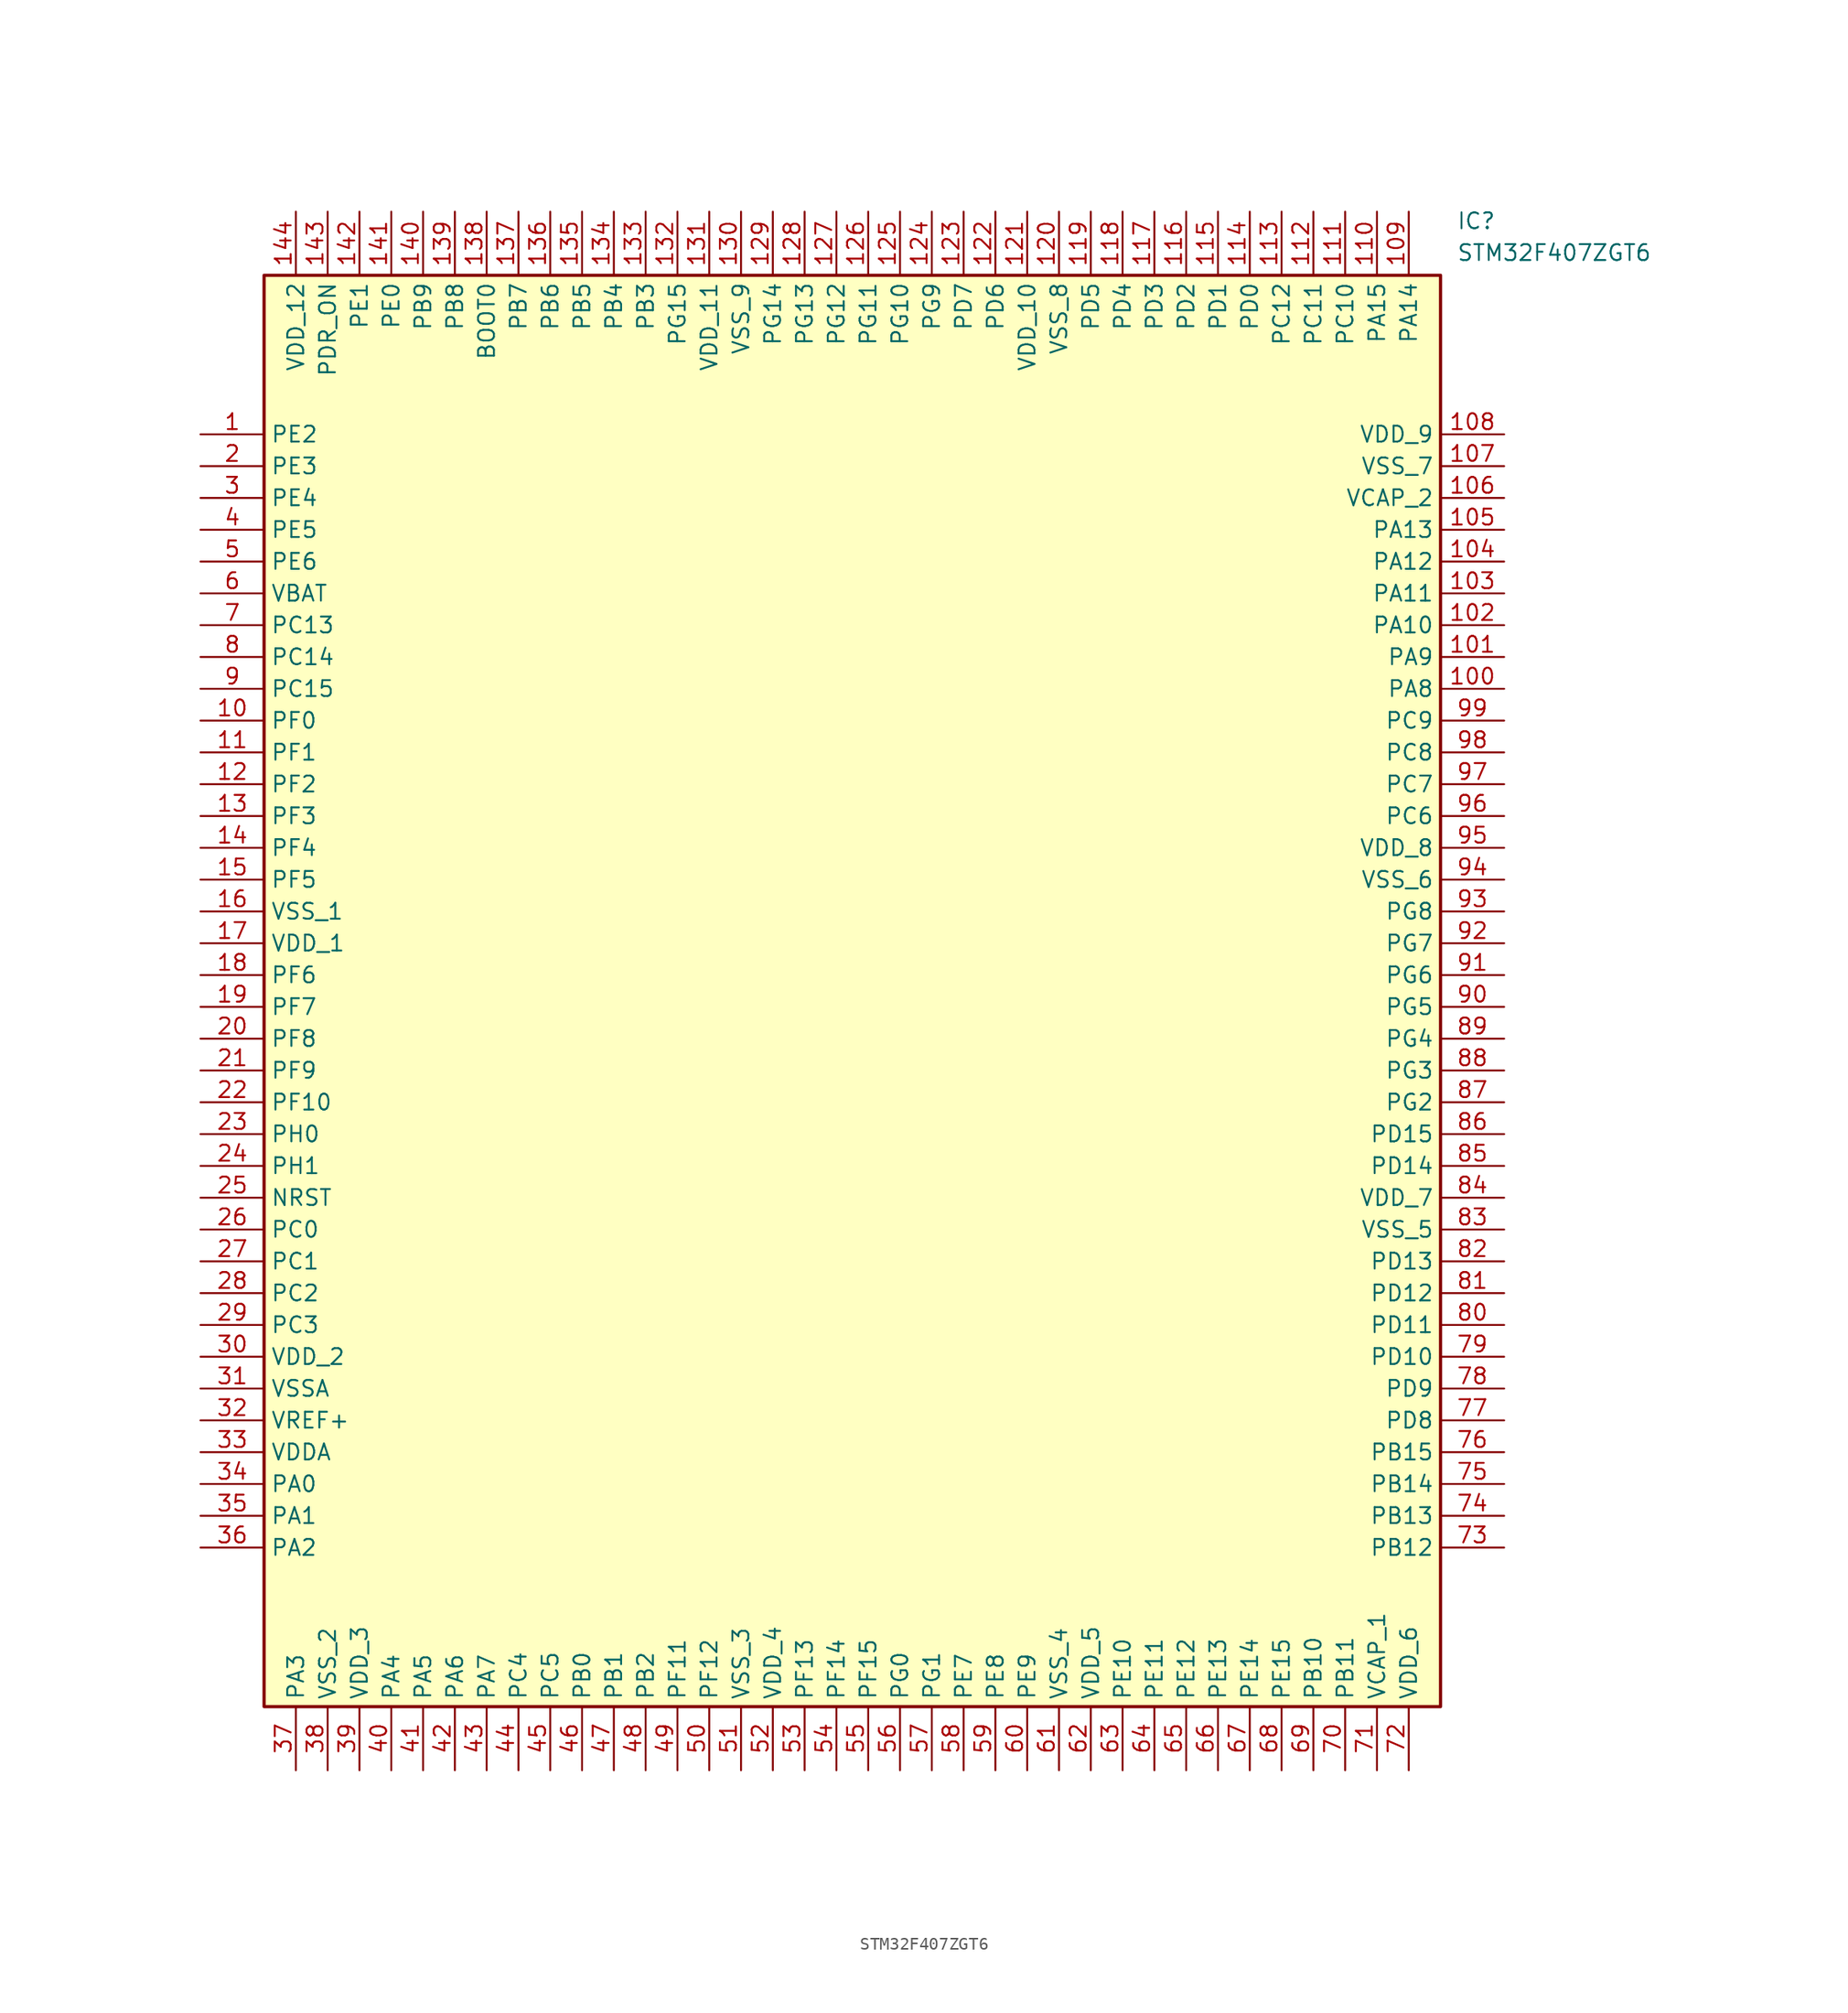
<source format=kicad_sym>
(kicad_symbol_lib
  (version 20220914)
  (generator kicad_symbol_editor)
  (symbol "STM32F407ZGT6"
    (property "Reference" "IC"
      (at 100.33 17.78 0)
      (effects (font (size 1.27 1.27)) (justify left top)))
    (property "Value" "STM32F407ZGT6"
      (at 100.33 15.24 0)
      (effects (font (size 1.27 1.27)) (justify left top)))
    (symbol "STM32F407ZGT6_1_1"
      (rectangle (start 5.08 12.7) (end 99.06 -101.6) (stroke (width 0.254) (type default)) (fill (type background)))
      (pin passive line (at 0 0 0) (length 5.08) (name "PE2" (effects (font (size 1.27 1.27)))) (number "1" (effects (font (size 1.27 1.27)))))
      (pin passive line (at 0 -22.86 0) (length 5.08) (name "PF0" (effects (font (size 1.27 1.27)))) (number "10" (effects (font (size 1.27 1.27)))))
      (pin passive line (at 104.14 -20.32 180) (length 5.08) (name "PA8" (effects (font (size 1.27 1.27)))) (number "100" (effects (font (size 1.27 1.27)))))
      (pin passive line (at 104.14 -17.78 180) (length 5.08) (name "PA9" (effects (font (size 1.27 1.27)))) (number "101" (effects (font (size 1.27 1.27)))))
      (pin passive line (at 104.14 -15.24 180) (length 5.08) (name "PA10" (effects (font (size 1.27 1.27)))) (number "102" (effects (font (size 1.27 1.27)))))
      (pin passive line (at 104.14 -12.7 180) (length 5.08) (name "PA11" (effects (font (size 1.27 1.27)))) (number "103" (effects (font (size 1.27 1.27)))))
      (pin passive line (at 104.14 -10.16 180) (length 5.08) (name "PA12" (effects (font (size 1.27 1.27)))) (number "104" (effects (font (size 1.27 1.27)))))
      (pin passive line (at 104.14 -7.62 180) (length 5.08) (name "PA13" (effects (font (size 1.27 1.27)))) (number "105" (effects (font (size 1.27 1.27)))))
      (pin passive line (at 104.14 -5.08 180) (length 5.08) (name "VCAP_2" (effects (font (size 1.27 1.27)))) (number "106" (effects (font (size 1.27 1.27)))))
      (pin passive line (at 104.14 -2.54 180) (length 5.08) (name "VSS_7" (effects (font (size 1.27 1.27)))) (number "107" (effects (font (size 1.27 1.27)))))
      (pin passive line (at 104.14 0 180) (length 5.08) (name "VDD_9" (effects (font (size 1.27 1.27)))) (number "108" (effects (font (size 1.27 1.27)))))
      (pin passive line (at 96.52 17.78 270) (length 5.08) (name "PA14" (effects (font (size 1.27 1.27)))) (number "109" (effects (font (size 1.27 1.27)))))
      (pin passive line (at 0 -25.4 0) (length 5.08) (name "PF1" (effects (font (size 1.27 1.27)))) (number "11" (effects (font (size 1.27 1.27)))))
      (pin passive line (at 93.98 17.78 270) (length 5.08) (name "PA15" (effects (font (size 1.27 1.27)))) (number "110" (effects (font (size 1.27 1.27)))))
      (pin passive line (at 91.44 17.78 270) (length 5.08) (name "PC10" (effects (font (size 1.27 1.27)))) (number "111" (effects (font (size 1.27 1.27)))))
      (pin passive line (at 88.9 17.78 270) (length 5.08) (name "PC11" (effects (font (size 1.27 1.27)))) (number "112" (effects (font (size 1.27 1.27)))))
      (pin passive line (at 86.36 17.78 270) (length 5.08) (name "PC12" (effects (font (size 1.27 1.27)))) (number "113" (effects (font (size 1.27 1.27)))))
      (pin passive line (at 83.82 17.78 270) (length 5.08) (name "PD0" (effects (font (size 1.27 1.27)))) (number "114" (effects (font (size 1.27 1.27)))))
      (pin passive line (at 81.28 17.78 270) (length 5.08) (name "PD1" (effects (font (size 1.27 1.27)))) (number "115" (effects (font (size 1.27 1.27)))))
      (pin passive line (at 78.74 17.78 270) (length 5.08) (name "PD2" (effects (font (size 1.27 1.27)))) (number "116" (effects (font (size 1.27 1.27)))))
      (pin passive line (at 76.2 17.78 270) (length 5.08) (name "PD3" (effects (font (size 1.27 1.27)))) (number "117" (effects (font (size 1.27 1.27)))))
      (pin passive line (at 73.66 17.78 270) (length 5.08) (name "PD4" (effects (font (size 1.27 1.27)))) (number "118" (effects (font (size 1.27 1.27)))))
      (pin passive line (at 71.12 17.78 270) (length 5.08) (name "PD5" (effects (font (size 1.27 1.27)))) (number "119" (effects (font (size 1.27 1.27)))))
      (pin passive line (at 0 -27.94 0) (length 5.08) (name "PF2" (effects (font (size 1.27 1.27)))) (number "12" (effects (font (size 1.27 1.27)))))
      (pin passive line (at 68.58 17.78 270) (length 5.08) (name "VSS_8" (effects (font (size 1.27 1.27)))) (number "120" (effects (font (size 1.27 1.27)))))
      (pin passive line (at 66.04 17.78 270) (length 5.08) (name "VDD_10" (effects (font (size 1.27 1.27)))) (number "121" (effects (font (size 1.27 1.27)))))
      (pin passive line (at 63.5 17.78 270) (length 5.08) (name "PD6" (effects (font (size 1.27 1.27)))) (number "122" (effects (font (size 1.27 1.27)))))
      (pin passive line (at 60.96 17.78 270) (length 5.08) (name "PD7" (effects (font (size 1.27 1.27)))) (number "123" (effects (font (size 1.27 1.27)))))
      (pin passive line (at 58.42 17.78 270) (length 5.08) (name "PG9" (effects (font (size 1.27 1.27)))) (number "124" (effects (font (size 1.27 1.27)))))
      (pin passive line (at 55.88 17.78 270) (length 5.08) (name "PG10" (effects (font (size 1.27 1.27)))) (number "125" (effects (font (size 1.27 1.27)))))
      (pin passive line (at 53.34 17.78 270) (length 5.08) (name "PG11" (effects (font (size 1.27 1.27)))) (number "126" (effects (font (size 1.27 1.27)))))
      (pin passive line (at 50.8 17.78 270) (length 5.08) (name "PG12" (effects (font (size 1.27 1.27)))) (number "127" (effects (font (size 1.27 1.27)))))
      (pin passive line (at 48.26 17.78 270) (length 5.08) (name "PG13" (effects (font (size 1.27 1.27)))) (number "128" (effects (font (size 1.27 1.27)))))
      (pin passive line (at 45.72 17.78 270) (length 5.08) (name "PG14" (effects (font (size 1.27 1.27)))) (number "129" (effects (font (size 1.27 1.27)))))
      (pin passive line (at 0 -30.48 0) (length 5.08) (name "PF3" (effects (font (size 1.27 1.27)))) (number "13" (effects (font (size 1.27 1.27)))))
      (pin passive line (at 43.18 17.78 270) (length 5.08) (name "VSS_9" (effects (font (size 1.27 1.27)))) (number "130" (effects (font (size 1.27 1.27)))))
      (pin passive line (at 40.64 17.78 270) (length 5.08) (name "VDD_11" (effects (font (size 1.27 1.27)))) (number "131" (effects (font (size 1.27 1.27)))))
      (pin passive line (at 38.1 17.78 270) (length 5.08) (name "PG15" (effects (font (size 1.27 1.27)))) (number "132" (effects (font (size 1.27 1.27)))))
      (pin passive line (at 35.56 17.78 270) (length 5.08) (name "PB3" (effects (font (size 1.27 1.27)))) (number "133" (effects (font (size 1.27 1.27)))))
      (pin passive line (at 33.02 17.78 270) (length 5.08) (name "PB4" (effects (font (size 1.27 1.27)))) (number "134" (effects (font (size 1.27 1.27)))))
      (pin passive line (at 30.48 17.78 270) (length 5.08) (name "PB5" (effects (font (size 1.27 1.27)))) (number "135" (effects (font (size 1.27 1.27)))))
      (pin passive line (at 27.94 17.78 270) (length 5.08) (name "PB6" (effects (font (size 1.27 1.27)))) (number "136" (effects (font (size 1.27 1.27)))))
      (pin passive line (at 25.4 17.78 270) (length 5.08) (name "PB7" (effects (font (size 1.27 1.27)))) (number "137" (effects (font (size 1.27 1.27)))))
      (pin passive line (at 22.86 17.78 270) (length 5.08) (name "BOOT0" (effects (font (size 1.27 1.27)))) (number "138" (effects (font (size 1.27 1.27)))))
      (pin passive line (at 20.32 17.78 270) (length 5.08) (name "PB8" (effects (font (size 1.27 1.27)))) (number "139" (effects (font (size 1.27 1.27)))))
      (pin passive line (at 0 -33.02 0) (length 5.08) (name "PF4" (effects (font (size 1.27 1.27)))) (number "14" (effects (font (size 1.27 1.27)))))
      (pin passive line (at 17.78 17.78 270) (length 5.08) (name "PB9" (effects (font (size 1.27 1.27)))) (number "140" (effects (font (size 1.27 1.27)))))
      (pin passive line (at 15.24 17.78 270) (length 5.08) (name "PE0" (effects (font (size 1.27 1.27)))) (number "141" (effects (font (size 1.27 1.27)))))
      (pin passive line (at 12.7 17.78 270) (length 5.08) (name "PE1" (effects (font (size 1.27 1.27)))) (number "142" (effects (font (size 1.27 1.27)))))
      (pin passive line (at 10.16 17.78 270) (length 5.08) (name "PDR_ON" (effects (font (size 1.27 1.27)))) (number "143" (effects (font (size 1.27 1.27)))))
      (pin passive line (at 7.62 17.78 270) (length 5.08) (name "VDD_12" (effects (font (size 1.27 1.27)))) (number "144" (effects (font (size 1.27 1.27)))))
      (pin passive line (at 0 -35.56 0) (length 5.08) (name "PF5" (effects (font (size 1.27 1.27)))) (number "15" (effects (font (size 1.27 1.27)))))
      (pin passive line (at 0 -38.1 0) (length 5.08) (name "VSS_1" (effects (font (size 1.27 1.27)))) (number "16" (effects (font (size 1.27 1.27)))))
      (pin passive line (at 0 -40.64 0) (length 5.08) (name "VDD_1" (effects (font (size 1.27 1.27)))) (number "17" (effects (font (size 1.27 1.27)))))
      (pin passive line (at 0 -43.18 0) (length 5.08) (name "PF6" (effects (font (size 1.27 1.27)))) (number "18" (effects (font (size 1.27 1.27)))))
      (pin passive line (at 0 -45.72 0) (length 5.08) (name "PF7" (effects (font (size 1.27 1.27)))) (number "19" (effects (font (size 1.27 1.27)))))
      (pin passive line (at 0 -2.54 0) (length 5.08) (name "PE3" (effects (font (size 1.27 1.27)))) (number "2" (effects (font (size 1.27 1.27)))))
      (pin passive line (at 0 -48.26 0) (length 5.08) (name "PF8" (effects (font (size 1.27 1.27)))) (number "20" (effects (font (size 1.27 1.27)))))
      (pin passive line (at 0 -50.8 0) (length 5.08) (name "PF9" (effects (font (size 1.27 1.27)))) (number "21" (effects (font (size 1.27 1.27)))))
      (pin passive line (at 0 -53.34 0) (length 5.08) (name "PF10" (effects (font (size 1.27 1.27)))) (number "22" (effects (font (size 1.27 1.27)))))
      (pin passive line (at 0 -55.88 0) (length 5.08) (name "PH0" (effects (font (size 1.27 1.27)))) (number "23" (effects (font (size 1.27 1.27)))))
      (pin passive line (at 0 -58.42 0) (length 5.08) (name "PH1" (effects (font (size 1.27 1.27)))) (number "24" (effects (font (size 1.27 1.27)))))
      (pin passive line (at 0 -60.96 0) (length 5.08) (name "NRST" (effects (font (size 1.27 1.27)))) (number "25" (effects (font (size 1.27 1.27)))))
      (pin passive line (at 0 -63.5 0) (length 5.08) (name "PC0" (effects (font (size 1.27 1.27)))) (number "26" (effects (font (size 1.27 1.27)))))
      (pin passive line (at 0 -66.04 0) (length 5.08) (name "PC1" (effects (font (size 1.27 1.27)))) (number "27" (effects (font (size 1.27 1.27)))))
      (pin passive line (at 0 -68.58 0) (length 5.08) (name "PC2" (effects (font (size 1.27 1.27)))) (number "28" (effects (font (size 1.27 1.27)))))
      (pin passive line (at 0 -71.12 0) (length 5.08) (name "PC3" (effects (font (size 1.27 1.27)))) (number "29" (effects (font (size 1.27 1.27)))))
      (pin passive line (at 0 -5.08 0) (length 5.08) (name "PE4" (effects (font (size 1.27 1.27)))) (number "3" (effects (font (size 1.27 1.27)))))
      (pin passive line (at 0 -73.66 0) (length 5.08) (name "VDD_2" (effects (font (size 1.27 1.27)))) (number "30" (effects (font (size 1.27 1.27)))))
      (pin passive line (at 0 -76.2 0) (length 5.08) (name "VSSA" (effects (font (size 1.27 1.27)))) (number "31" (effects (font (size 1.27 1.27)))))
      (pin passive line (at 0 -78.74 0) (length 5.08) (name "VREF+" (effects (font (size 1.27 1.27)))) (number "32" (effects (font (size 1.27 1.27)))))
      (pin passive line (at 0 -81.28 0) (length 5.08) (name "VDDA" (effects (font (size 1.27 1.27)))) (number "33" (effects (font (size 1.27 1.27)))))
      (pin passive line (at 0 -83.82 0) (length 5.08) (name "PA0" (effects (font (size 1.27 1.27)))) (number "34" (effects (font (size 1.27 1.27)))))
      (pin passive line (at 0 -86.36 0) (length 5.08) (name "PA1" (effects (font (size 1.27 1.27)))) (number "35" (effects (font (size 1.27 1.27)))))
      (pin passive line (at 0 -88.9 0) (length 5.08) (name "PA2" (effects (font (size 1.27 1.27)))) (number "36" (effects (font (size 1.27 1.27)))))
      (pin passive line (at 7.62 -106.68 90) (length 5.08) (name "PA3" (effects (font (size 1.27 1.27)))) (number "37" (effects (font (size 1.27 1.27)))))
      (pin passive line (at 10.16 -106.68 90) (length 5.08) (name "VSS_2" (effects (font (size 1.27 1.27)))) (number "38" (effects (font (size 1.27 1.27)))))
      (pin passive line (at 12.7 -106.68 90) (length 5.08) (name "VDD_3" (effects (font (size 1.27 1.27)))) (number "39" (effects (font (size 1.27 1.27)))))
      (pin passive line (at 0 -7.62 0) (length 5.08) (name "PE5" (effects (font (size 1.27 1.27)))) (number "4" (effects (font (size 1.27 1.27)))))
      (pin passive line (at 15.24 -106.68 90) (length 5.08) (name "PA4" (effects (font (size 1.27 1.27)))) (number "40" (effects (font (size 1.27 1.27)))))
      (pin passive line (at 17.78 -106.68 90) (length 5.08) (name "PA5" (effects (font (size 1.27 1.27)))) (number "41" (effects (font (size 1.27 1.27)))))
      (pin passive line (at 20.32 -106.68 90) (length 5.08) (name "PA6" (effects (font (size 1.27 1.27)))) (number "42" (effects (font (size 1.27 1.27)))))
      (pin passive line (at 22.86 -106.68 90) (length 5.08) (name "PA7" (effects (font (size 1.27 1.27)))) (number "43" (effects (font (size 1.27 1.27)))))
      (pin passive line (at 25.4 -106.68 90) (length 5.08) (name "PC4" (effects (font (size 1.27 1.27)))) (number "44" (effects (font (size 1.27 1.27)))))
      (pin passive line (at 27.94 -106.68 90) (length 5.08) (name "PC5" (effects (font (size 1.27 1.27)))) (number "45" (effects (font (size 1.27 1.27)))))
      (pin passive line (at 30.48 -106.68 90) (length 5.08) (name "PB0" (effects (font (size 1.27 1.27)))) (number "46" (effects (font (size 1.27 1.27)))))
      (pin passive line (at 33.02 -106.68 90) (length 5.08) (name "PB1" (effects (font (size 1.27 1.27)))) (number "47" (effects (font (size 1.27 1.27)))))
      (pin passive line (at 35.56 -106.68 90) (length 5.08) (name "PB2" (effects (font (size 1.27 1.27)))) (number "48" (effects (font (size 1.27 1.27)))))
      (pin passive line (at 38.1 -106.68 90) (length 5.08) (name "PF11" (effects (font (size 1.27 1.27)))) (number "49" (effects (font (size 1.27 1.27)))))
      (pin passive line (at 0 -10.16 0) (length 5.08) (name "PE6" (effects (font (size 1.27 1.27)))) (number "5" (effects (font (size 1.27 1.27)))))
      (pin passive line (at 40.64 -106.68 90) (length 5.08) (name "PF12" (effects (font (size 1.27 1.27)))) (number "50" (effects (font (size 1.27 1.27)))))
      (pin passive line (at 43.18 -106.68 90) (length 5.08) (name "VSS_3" (effects (font (size 1.27 1.27)))) (number "51" (effects (font (size 1.27 1.27)))))
      (pin passive line (at 45.72 -106.68 90) (length 5.08) (name "VDD_4" (effects (font (size 1.27 1.27)))) (number "52" (effects (font (size 1.27 1.27)))))
      (pin passive line (at 48.26 -106.68 90) (length 5.08) (name "PF13" (effects (font (size 1.27 1.27)))) (number "53" (effects (font (size 1.27 1.27)))))
      (pin passive line (at 50.8 -106.68 90) (length 5.08) (name "PF14" (effects (font (size 1.27 1.27)))) (number "54" (effects (font (size 1.27 1.27)))))
      (pin passive line (at 53.34 -106.68 90) (length 5.08) (name "PF15" (effects (font (size 1.27 1.27)))) (number "55" (effects (font (size 1.27 1.27)))))
      (pin passive line (at 55.88 -106.68 90) (length 5.08) (name "PG0" (effects (font (size 1.27 1.27)))) (number "56" (effects (font (size 1.27 1.27)))))
      (pin passive line (at 58.42 -106.68 90) (length 5.08) (name "PG1" (effects (font (size 1.27 1.27)))) (number "57" (effects (font (size 1.27 1.27)))))
      (pin passive line (at 60.96 -106.68 90) (length 5.08) (name "PE7" (effects (font (size 1.27 1.27)))) (number "58" (effects (font (size 1.27 1.27)))))
      (pin passive line (at 63.5 -106.68 90) (length 5.08) (name "PE8" (effects (font (size 1.27 1.27)))) (number "59" (effects (font (size 1.27 1.27)))))
      (pin passive line (at 0 -12.7 0) (length 5.08) (name "VBAT" (effects (font (size 1.27 1.27)))) (number "6" (effects (font (size 1.27 1.27)))))
      (pin passive line (at 66.04 -106.68 90) (length 5.08) (name "PE9" (effects (font (size 1.27 1.27)))) (number "60" (effects (font (size 1.27 1.27)))))
      (pin passive line (at 68.58 -106.68 90) (length 5.08) (name "VSS_4" (effects (font (size 1.27 1.27)))) (number "61" (effects (font (size 1.27 1.27)))))
      (pin passive line (at 71.12 -106.68 90) (length 5.08) (name "VDD_5" (effects (font (size 1.27 1.27)))) (number "62" (effects (font (size 1.27 1.27)))))
      (pin passive line (at 73.66 -106.68 90) (length 5.08) (name "PE10" (effects (font (size 1.27 1.27)))) (number "63" (effects (font (size 1.27 1.27)))))
      (pin passive line (at 76.2 -106.68 90) (length 5.08) (name "PE11" (effects (font (size 1.27 1.27)))) (number "64" (effects (font (size 1.27 1.27)))))
      (pin passive line (at 78.74 -106.68 90) (length 5.08) (name "PE12" (effects (font (size 1.27 1.27)))) (number "65" (effects (font (size 1.27 1.27)))))
      (pin passive line (at 81.28 -106.68 90) (length 5.08) (name "PE13" (effects (font (size 1.27 1.27)))) (number "66" (effects (font (size 1.27 1.27)))))
      (pin passive line (at 83.82 -106.68 90) (length 5.08) (name "PE14" (effects (font (size 1.27 1.27)))) (number "67" (effects (font (size 1.27 1.27)))))
      (pin passive line (at 86.36 -106.68 90) (length 5.08) (name "PE15" (effects (font (size 1.27 1.27)))) (number "68" (effects (font (size 1.27 1.27)))))
      (pin passive line (at 88.9 -106.68 90) (length 5.08) (name "PB10" (effects (font (size 1.27 1.27)))) (number "69" (effects (font (size 1.27 1.27)))))
      (pin passive line (at 0 -15.24 0) (length 5.08) (name "PC13" (effects (font (size 1.27 1.27)))) (number "7" (effects (font (size 1.27 1.27)))))
      (pin passive line (at 91.44 -106.68 90) (length 5.08) (name "PB11" (effects (font (size 1.27 1.27)))) (number "70" (effects (font (size 1.27 1.27)))))
      (pin passive line (at 93.98 -106.68 90) (length 5.08) (name "VCAP_1" (effects (font (size 1.27 1.27)))) (number "71" (effects (font (size 1.27 1.27)))))
      (pin passive line (at 96.52 -106.68 90) (length 5.08) (name "VDD_6" (effects (font (size 1.27 1.27)))) (number "72" (effects (font (size 1.27 1.27)))))
      (pin passive line (at 104.14 -88.9 180) (length 5.08) (name "PB12" (effects (font (size 1.27 1.27)))) (number "73" (effects (font (size 1.27 1.27)))))
      (pin passive line (at 104.14 -86.36 180) (length 5.08) (name "PB13" (effects (font (size 1.27 1.27)))) (number "74" (effects (font (size 1.27 1.27)))))
      (pin passive line (at 104.14 -83.82 180) (length 5.08) (name "PB14" (effects (font (size 1.27 1.27)))) (number "75" (effects (font (size 1.27 1.27)))))
      (pin passive line (at 104.14 -81.28 180) (length 5.08) (name "PB15" (effects (font (size 1.27 1.27)))) (number "76" (effects (font (size 1.27 1.27)))))
      (pin passive line (at 104.14 -78.74 180) (length 5.08) (name "PD8" (effects (font (size 1.27 1.27)))) (number "77" (effects (font (size 1.27 1.27)))))
      (pin passive line (at 104.14 -76.2 180) (length 5.08) (name "PD9" (effects (font (size 1.27 1.27)))) (number "78" (effects (font (size 1.27 1.27)))))
      (pin passive line (at 104.14 -73.66 180) (length 5.08) (name "PD10" (effects (font (size 1.27 1.27)))) (number "79" (effects (font (size 1.27 1.27)))))
      (pin passive line (at 0 -17.78 0) (length 5.08) (name "PC14" (effects (font (size 1.27 1.27)))) (number "8" (effects (font (size 1.27 1.27)))))
      (pin passive line (at 104.14 -71.12 180) (length 5.08) (name "PD11" (effects (font (size 1.27 1.27)))) (number "80" (effects (font (size 1.27 1.27)))))
      (pin passive line (at 104.14 -68.58 180) (length 5.08) (name "PD12" (effects (font (size 1.27 1.27)))) (number "81" (effects (font (size 1.27 1.27)))))
      (pin passive line (at 104.14 -66.04 180) (length 5.08) (name "PD13" (effects (font (size 1.27 1.27)))) (number "82" (effects (font (size 1.27 1.27)))))
      (pin passive line (at 104.14 -63.5 180) (length 5.08) (name "VSS_5" (effects (font (size 1.27 1.27)))) (number "83" (effects (font (size 1.27 1.27)))))
      (pin passive line (at 104.14 -60.96 180) (length 5.08) (name "VDD_7" (effects (font (size 1.27 1.27)))) (number "84" (effects (font (size 1.27 1.27)))))
      (pin passive line (at 104.14 -58.42 180) (length 5.08) (name "PD14" (effects (font (size 1.27 1.27)))) (number "85" (effects (font (size 1.27 1.27)))))
      (pin passive line (at 104.14 -55.88 180) (length 5.08) (name "PD15" (effects (font (size 1.27 1.27)))) (number "86" (effects (font (size 1.27 1.27)))))
      (pin passive line (at 104.14 -53.34 180) (length 5.08) (name "PG2" (effects (font (size 1.27 1.27)))) (number "87" (effects (font (size 1.27 1.27)))))
      (pin passive line (at 104.14 -50.8 180) (length 5.08) (name "PG3" (effects (font (size 1.27 1.27)))) (number "88" (effects (font (size 1.27 1.27)))))
      (pin passive line (at 104.14 -48.26 180) (length 5.08) (name "PG4" (effects (font (size 1.27 1.27)))) (number "89" (effects (font (size 1.27 1.27)))))
      (pin passive line (at 0 -20.32 0) (length 5.08) (name "PC15" (effects (font (size 1.27 1.27)))) (number "9" (effects (font (size 1.27 1.27)))))
      (pin passive line (at 104.14 -45.72 180) (length 5.08) (name "PG5" (effects (font (size 1.27 1.27)))) (number "90" (effects (font (size 1.27 1.27)))))
      (pin passive line (at 104.14 -43.18 180) (length 5.08) (name "PG6" (effects (font (size 1.27 1.27)))) (number "91" (effects (font (size 1.27 1.27)))))
      (pin passive line (at 104.14 -40.64 180) (length 5.08) (name "PG7" (effects (font (size 1.27 1.27)))) (number "92" (effects (font (size 1.27 1.27)))))
      (pin passive line (at 104.14 -38.1 180) (length 5.08) (name "PG8" (effects (font (size 1.27 1.27)))) (number "93" (effects (font (size 1.27 1.27)))))
      (pin passive line (at 104.14 -35.56 180) (length 5.08) (name "VSS_6" (effects (font (size 1.27 1.27)))) (number "94" (effects (font (size 1.27 1.27)))))
      (pin passive line (at 104.14 -33.02 180) (length 5.08) (name "VDD_8" (effects (font (size 1.27 1.27)))) (number "95" (effects (font (size 1.27 1.27)))))
      (pin passive line (at 104.14 -30.48 180) (length 5.08) (name "PC6" (effects (font (size 1.27 1.27)))) (number "96" (effects (font (size 1.27 1.27)))))
      (pin passive line (at 104.14 -27.94 180) (length 5.08) (name "PC7" (effects (font (size 1.27 1.27)))) (number "97" (effects (font (size 1.27 1.27)))))
      (pin passive line (at 104.14 -25.4 180) (length 5.08) (name "PC8" (effects (font (size 1.27 1.27)))) (number "98" (effects (font (size 1.27 1.27)))))
      (pin passive line (at 104.14 -22.86 180) (length 5.08) (name "PC9" (effects (font (size 1.27 1.27)))) (number "99" (effects (font (size 1.27 1.27))))))))
</source>
